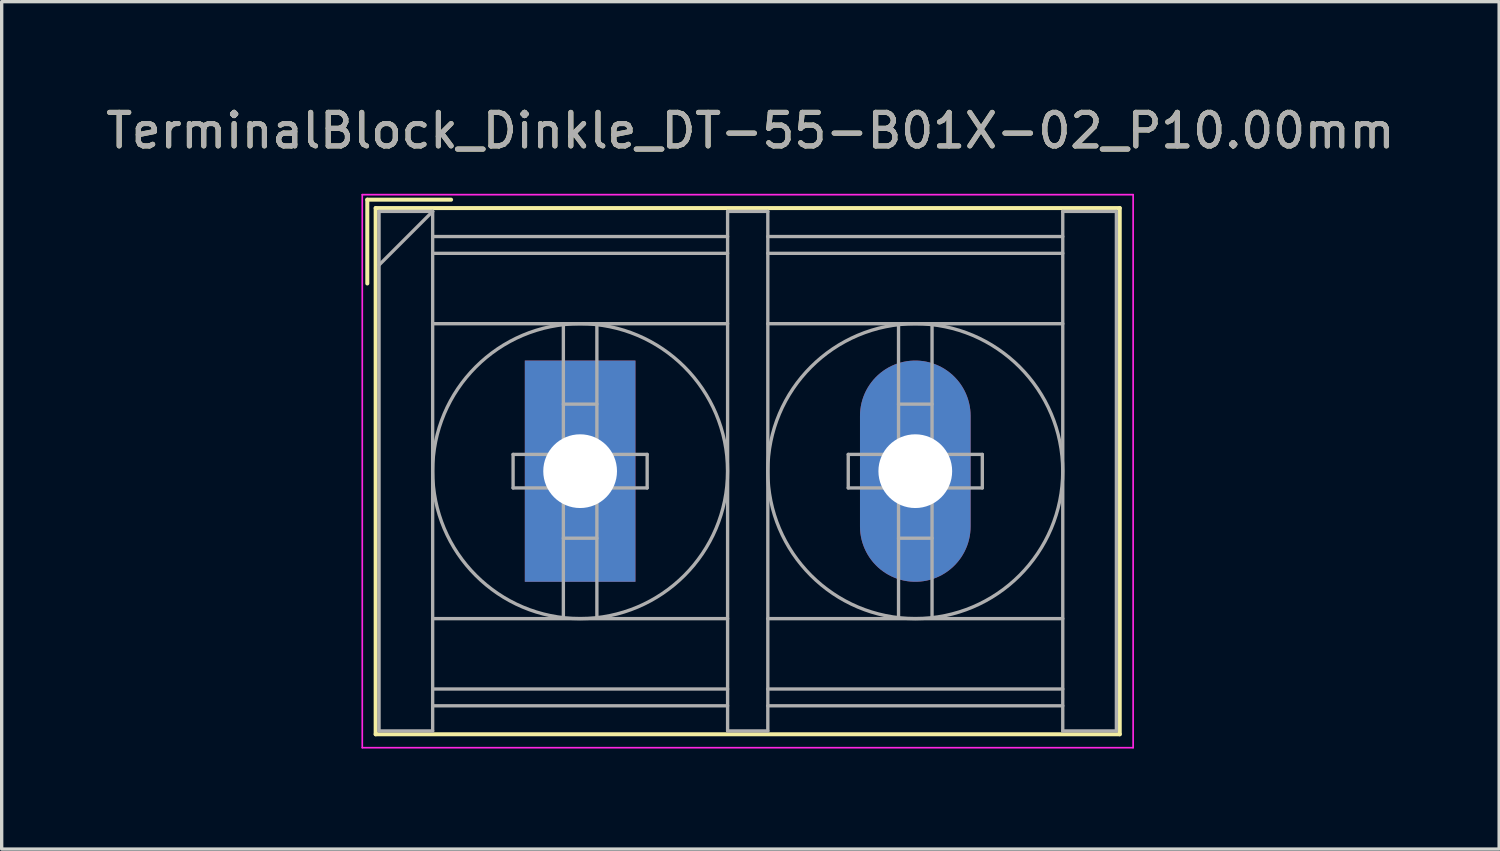
<source format=kicad_pcb>
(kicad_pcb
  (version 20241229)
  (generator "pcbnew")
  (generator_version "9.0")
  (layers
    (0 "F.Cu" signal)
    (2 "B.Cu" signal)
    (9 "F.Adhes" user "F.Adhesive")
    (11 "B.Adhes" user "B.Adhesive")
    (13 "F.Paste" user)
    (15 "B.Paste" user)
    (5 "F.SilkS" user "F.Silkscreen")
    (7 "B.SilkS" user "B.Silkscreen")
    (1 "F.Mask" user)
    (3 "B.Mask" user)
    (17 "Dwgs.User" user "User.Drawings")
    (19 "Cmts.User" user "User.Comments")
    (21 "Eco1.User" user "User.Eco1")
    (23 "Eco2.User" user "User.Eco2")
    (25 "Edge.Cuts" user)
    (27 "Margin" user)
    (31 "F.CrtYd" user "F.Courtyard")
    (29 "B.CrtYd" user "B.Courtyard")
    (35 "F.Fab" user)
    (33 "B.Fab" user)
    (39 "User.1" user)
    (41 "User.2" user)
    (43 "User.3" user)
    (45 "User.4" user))
  (footprint "TerminalBlock_Dinkle_DT-55-B01X-02_P10.00mm"
    (layer "F.Cu")
    (at 14.259 11.008)
    (property "Reference" "TerminalBlock_Dinkle_DT-55-B01X-02_P10.00mm" (at 5.08 -10.16 0) (layer "F.SilkS") (effects (font (size 1 1) (thickness 0.15))))
    (attr through_hole)
    (fp_line (start -6.35 -8.1) (end -3.85 -8.1) (stroke (width 0.12) (type solid)) (layer "F.SilkS"))
    (fp_line (start -6.35 -5.6) (end -6.35 -8.1) (stroke (width 0.12) (type solid)) (layer "F.SilkS"))
    (fp_line (start -6.1 -7.85) (end 16.1 -7.85) (stroke (width 0.12) (type solid)) (layer "F.SilkS"))
    (fp_line (start -6.1 7.85) (end -6.1 -7.85) (stroke (width 0.12) (type solid)) (layer "F.SilkS"))
    (fp_line (start -6.1 7.85) (end 16.1 7.85) (stroke (width 0.12) (type solid)) (layer "F.SilkS"))
    (fp_line (start 16.1 -7.85) (end 16.1 7.85) (stroke (width 0.12) (type solid)) (layer "F.SilkS"))
    (fp_line (start -6.5 -8.25) (end 16.5 -8.25) (stroke (width 0.05) (type solid)) (layer "F.CrtYd"))
    (fp_line (start -6.5 8.25) (end -6.5 -8.25) (stroke (width 0.05) (type solid)) (layer "F.CrtYd"))
    (fp_line (start -6.5 8.25) (end 16.5 8.25) (stroke (width 0.05) (type solid)) (layer "F.CrtYd"))
    (fp_line (start 16.5 -8.25) (end 16.5 8.25) (stroke (width 0.05) (type solid)) (layer "F.CrtYd"))
    (fp_line (start -6 -7.75) (end -6 7.75) (stroke (width 0.1) (type solid)) (layer "F.Fab"))
    (fp_line (start -6 -7.75) (end -4.4 -7.75) (stroke (width 0.1) (type solid)) (layer "F.Fab"))
    (fp_line (start -6 7.75) (end -4.4 7.75) (stroke (width 0.1) (type solid)) (layer "F.Fab"))
    (fp_line (start -4.4 -7.75) (end -6 -6.15) (stroke (width 0.1) (type solid)) (layer "F.Fab"))
    (fp_line (start -4.4 -7.75) (end -4.4 7.75) (stroke (width 0.1) (type solid)) (layer "F.Fab"))
    (fp_line (start -4.4 -7) (end 4.4 -7) (stroke (width 0.1) (type solid)) (layer "F.Fab"))
    (fp_line (start -4.4 -6.5) (end 4.4 -6.5) (stroke (width 0.1) (type solid)) (layer "F.Fab"))
    (fp_line (start -4.4 -4.4) (end 4.4 -4.4) (stroke (width 0.1) (type solid)) (layer "F.Fab"))
    (fp_line (start -4.4 4.4) (end 4.4 4.4) (stroke (width 0.1) (type solid)) (layer "F.Fab"))
    (fp_line (start -4.4 6.5) (end 4.4 6.5) (stroke (width 0.1) (type solid)) (layer "F.Fab"))
    (fp_line (start -4.4 7) (end 4.4 7) (stroke (width 0.1) (type solid)) (layer "F.Fab"))
    (fp_line (start -2 -0.5) (end -2 0.5) (stroke (width 0.1) (type solid)) (layer "F.Fab"))
    (fp_line (start -2 0.5) (end -0.5 0.5) (stroke (width 0.1) (type solid)) (layer "F.Fab"))
    (fp_line (start -0.5 -4.35) (end -0.5 -0.5) (stroke (width 0.1) (type solid)) (layer "F.Fab"))
    (fp_line (start -0.5 -2) (end 0.5 -2) (stroke (width 0.1) (type solid)) (layer "F.Fab"))
    (fp_line (start -0.5 -0.5) (end -2 -0.5) (stroke (width 0.1) (type solid)) (layer "F.Fab"))
    (fp_line (start -0.5 0.5) (end -0.5 4.35) (stroke (width 0.1) (type solid)) (layer "F.Fab"))
    (fp_line (start -0.5 2) (end 0.5 2) (stroke (width 0.1) (type solid)) (layer "F.Fab"))
    (fp_line (start 0.5 -4.35) (end 0.5 -0.5) (stroke (width 0.1) (type solid)) (layer "F.Fab"))
    (fp_line (start 0.5 -0.5) (end 2 -0.5) (stroke (width 0.1) (type solid)) (layer "F.Fab"))
    (fp_line (start 0.5 0.5) (end 0.5 4.35) (stroke (width 0.1) (type solid)) (layer "F.Fab"))
    (fp_line (start 2 -0.5) (end 2 0.5) (stroke (width 0.1) (type solid)) (layer "F.Fab"))
    (fp_line (start 2 0.5) (end 0.5 0.5) (stroke (width 0.1) (type solid)) (layer "F.Fab"))
    (fp_line (start 4.4 -7.75) (end 4.4 7.75) (stroke (width 0.1) (type solid)) (layer "F.Fab"))
    (fp_line (start 4.4 -7.75) (end 5.6 -7.75) (stroke (width 0.1) (type solid)) (layer "F.Fab"))
    (fp_line (start 4.4 7.75) (end 5.6 7.75) (stroke (width 0.1) (type solid)) (layer "F.Fab"))
    (fp_line (start 5.6 -7.75) (end 5.6 7.75) (stroke (width 0.1) (type solid)) (layer "F.Fab"))
    (fp_line (start 5.6 -7) (end 14.4 -7) (stroke (width 0.1) (type solid)) (layer "F.Fab"))
    (fp_line (start 5.6 -6.5) (end 14.4 -6.5) (stroke (width 0.1) (type solid)) (layer "F.Fab"))
    (fp_line (start 5.6 -4.4) (end 14.4 -4.4) (stroke (width 0.1) (type solid)) (layer "F.Fab"))
    (fp_line (start 5.6 4.4) (end 14.4 4.4) (stroke (width 0.1) (type solid)) (layer "F.Fab"))
    (fp_line (start 5.6 6.5) (end 14.4 6.5) (stroke (width 0.1) (type solid)) (layer "F.Fab"))
    (fp_line (start 5.6 7) (end 14.4 7) (stroke (width 0.1) (type solid)) (layer "F.Fab"))
    (fp_line (start 8 -0.5) (end 8 0.5) (stroke (width 0.1) (type solid)) (layer "F.Fab"))
    (fp_line (start 8 0.5) (end 9.5 0.5) (stroke (width 0.1) (type solid)) (layer "F.Fab"))
    (fp_line (start 9.5 -4.35) (end 9.5 -0.5) (stroke (width 0.1) (type solid)) (layer "F.Fab"))
    (fp_line (start 9.5 -2) (end 10.5 -2) (stroke (width 0.1) (type solid)) (layer "F.Fab"))
    (fp_line (start 9.5 -0.5) (end 8 -0.5) (stroke (width 0.1) (type solid)) (layer "F.Fab"))
    (fp_line (start 9.5 0.5) (end 9.5 4.35) (stroke (width 0.1) (type solid)) (layer "F.Fab"))
    (fp_line (start 9.5 2) (end 10.5 2) (stroke (width 0.1) (type solid)) (layer "F.Fab"))
    (fp_line (start 10.5 -4.35) (end 10.5 -0.5) (stroke (width 0.1) (type solid)) (layer "F.Fab"))
    (fp_line (start 10.5 -0.5) (end 12 -0.5) (stroke (width 0.1) (type solid)) (layer "F.Fab"))
    (fp_line (start 10.5 0.5) (end 10.5 4.35) (stroke (width 0.1) (type solid)) (layer "F.Fab"))
    (fp_line (start 12 -0.5) (end 12 0.5) (stroke (width 0.1) (type solid)) (layer "F.Fab"))
    (fp_line (start 12 0.5) (end 10.5 0.5) (stroke (width 0.1) (type solid)) (layer "F.Fab"))
    (fp_line (start 14.4 -7.75) (end 14.4 7.75) (stroke (width 0.1) (type solid)) (layer "F.Fab"))
    (fp_line (start 14.4 -7.75) (end 16 -7.75) (stroke (width 0.1) (type solid)) (layer "F.Fab"))
    (fp_line (start 14.4 7.75) (end 16 7.75) (stroke (width 0.1) (type solid)) (layer "F.Fab"))
    (fp_line (start 16 -7.75) (end 16 7.75) (stroke (width 0.1) (type solid)) (layer "F.Fab"))
    (fp_circle (center 0 0) (end 0.5 0.5) (stroke (width 0.1) (type solid)) (fill no) (layer "F.Fab"))
    (fp_circle (center 0 0) (end 4.4 0) (stroke (width 0.1) (type solid)) (fill no) (layer "F.Fab"))
    (fp_circle (center 10 0) (end 10.5 0.5) (stroke (width 0.1) (type solid)) (fill no) (layer "F.Fab"))
    (fp_circle (center 10 0) (end 14.4 0) (stroke (width 0.1) (type solid)) (fill no) (layer "F.Fab"))
    (fp_text user "${REFERENCE}" (at 5.08 -10.16 0) (layer "F.Fab") (effects (font (size 1 1) (thickness 0.15))))
    (pad "1" thru_hole rect (at 0 0) (size 3.3 6.6) (drill 2.2) (layers "*.Cu" "*.Mask"))
    (pad "2" thru_hole oval (at 10 0) (size 3.3 6.6) (drill 2.2) (layers "*.Cu" "*.Mask")))
  (gr_rect
    (start -3 -3)
    (end 41.679 22.283)
    (stroke (width 0.1) (type default))
    (fill no)
    (layer "Edge.Cuts")))
</source>
